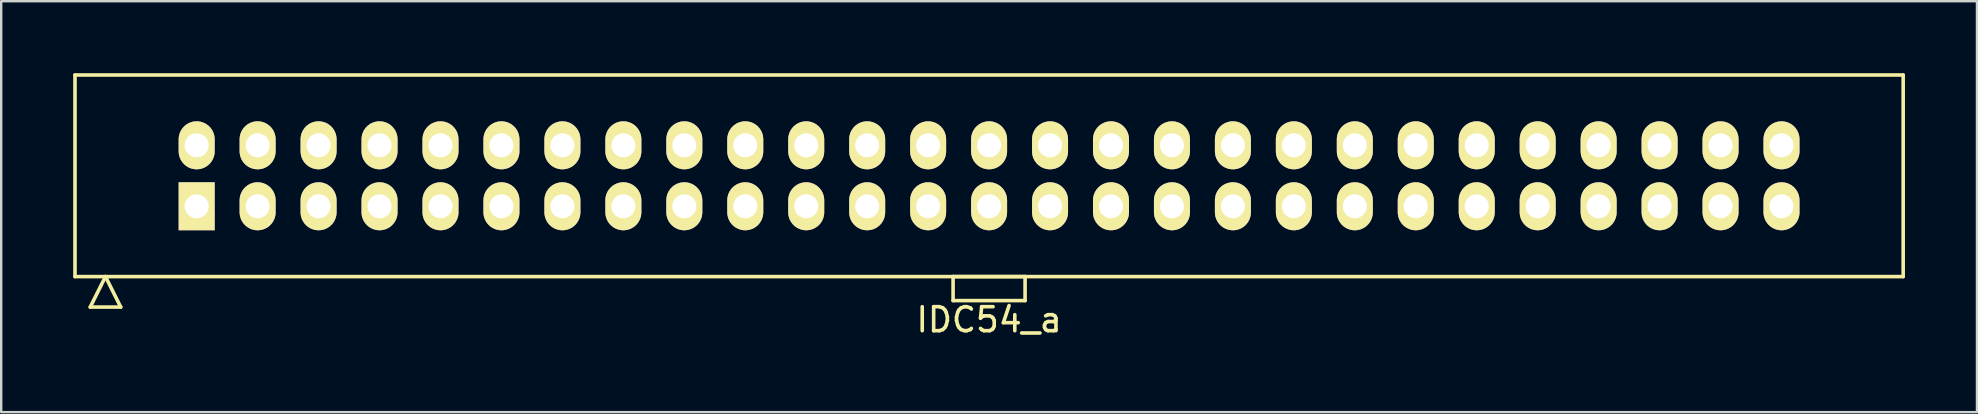
<source format=kicad_pcb>
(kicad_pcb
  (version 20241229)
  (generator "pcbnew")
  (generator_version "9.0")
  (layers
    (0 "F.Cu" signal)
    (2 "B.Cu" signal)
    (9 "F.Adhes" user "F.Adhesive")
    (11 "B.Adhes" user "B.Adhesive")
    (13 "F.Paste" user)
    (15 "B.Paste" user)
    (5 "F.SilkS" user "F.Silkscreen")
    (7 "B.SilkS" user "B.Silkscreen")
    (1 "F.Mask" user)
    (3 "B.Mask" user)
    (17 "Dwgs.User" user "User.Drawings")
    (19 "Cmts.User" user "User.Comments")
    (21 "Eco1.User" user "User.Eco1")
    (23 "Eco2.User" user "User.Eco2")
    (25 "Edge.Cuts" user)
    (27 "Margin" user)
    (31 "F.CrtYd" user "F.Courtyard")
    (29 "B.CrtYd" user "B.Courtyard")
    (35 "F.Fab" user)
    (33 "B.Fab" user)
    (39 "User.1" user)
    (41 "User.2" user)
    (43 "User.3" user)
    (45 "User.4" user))
  (footprint "IDC54_a"
    (layer "F.Cu")
    (at 38.165 4.275)
    (property "Reference" "IDC54_a" (at 0 6 0) (layer "F.SilkS") (effects (font (size 1 1) (thickness 0.15))))
    (attr through_hole)
    (fp_line (start -38.09 -4.2) (end -38.09 4.2) (stroke (width 0.15) (type solid)) (layer "F.SilkS"))
    (fp_line (start -38.09 4.2) (end 38.09 4.2) (stroke (width 0.15) (type solid)) (layer "F.SilkS"))
    (fp_line (start -37.455 5.47) (end -36.82 4.2) (stroke (width 0.15) (type solid)) (layer "F.SilkS"))
    (fp_line (start -37.455 5.47) (end -36.185 5.47) (stroke (width 0.15) (type solid)) (layer "F.SilkS"))
    (fp_line (start -36.185 5.47) (end -36.82 4.2) (stroke (width 0.15) (type solid)) (layer "F.SilkS"))
    (fp_line (start -1.5 4.2) (end -1.5 5.2) (stroke (width 0.15) (type solid)) (layer "F.SilkS"))
    (fp_line (start -1.5 5.2) (end 1.5 5.2) (stroke (width 0.15) (type solid)) (layer "F.SilkS"))
    (fp_line (start 1.5 4.2) (end -1.5 4.2) (stroke (width 0.15) (type solid)) (layer "F.SilkS"))
    (fp_line (start 1.5 5.2) (end 1.5 4.2) (stroke (width 0.15) (type solid)) (layer "F.SilkS"))
    (fp_line (start 38.09 -4.2) (end -38.09 -4.2) (stroke (width 0.15) (type solid)) (layer "F.SilkS"))
    (fp_line (start 38.09 4.2) (end 38.09 -4.2) (stroke (width 0.15) (type solid)) (layer "F.SilkS"))
    (pad "1" thru_hole rect (at -33.02 1.27) (size 1.5 2) (drill 1) (layers "*.Cu" "*.Mask" "F.SilkS"))
    (pad "2" thru_hole oval (at -33.02 -1.27) (size 1.5 2) (drill 1) (layers "*.Cu" "*.Mask" "F.SilkS"))
    (pad "3" thru_hole oval (at -30.48 1.27) (size 1.5 2) (drill 1) (layers "*.Cu" "*.Mask" "F.SilkS"))
    (pad "4" thru_hole oval (at -30.48 -1.27) (size 1.5 2) (drill 1) (layers "*.Cu" "*.Mask" "F.SilkS"))
    (pad "5" thru_hole oval (at -27.94 1.27) (size 1.5 2) (drill 1) (layers "*.Cu" "*.Mask" "F.SilkS"))
    (pad "6" thru_hole oval (at -27.94 -1.27) (size 1.5 2) (drill 1) (layers "*.Cu" "*.Mask" "F.SilkS"))
    (pad "7" thru_hole oval (at -25.4 1.27) (size 1.5 2) (drill 1) (layers "*.Cu" "*.Mask" "F.SilkS"))
    (pad "8" thru_hole oval (at -25.4 -1.27) (size 1.5 2) (drill 1) (layers "*.Cu" "*.Mask" "F.SilkS"))
    (pad "9" thru_hole oval (at -22.86 1.27) (size 1.5 2) (drill 1) (layers "*.Cu" "*.Mask" "F.SilkS"))
    (pad "10" thru_hole oval (at -22.86 -1.27) (size 1.5 2) (drill 1) (layers "*.Cu" "*.Mask" "F.SilkS"))
    (pad "11" thru_hole oval (at -20.32 1.27) (size 1.5 2) (drill 1) (layers "*.Cu" "*.Mask" "F.SilkS"))
    (pad "12" thru_hole oval (at -20.32 -1.27) (size 1.5 2) (drill 1) (layers "*.Cu" "*.Mask" "F.SilkS"))
    (pad "13" thru_hole oval (at -17.78 1.27) (size 1.5 2) (drill 1) (layers "*.Cu" "*.Mask" "F.SilkS"))
    (pad "14" thru_hole oval (at -17.78 -1.27) (size 1.5 2) (drill 1) (layers "*.Cu" "*.Mask" "F.SilkS"))
    (pad "15" thru_hole oval (at -15.24 1.27) (size 1.5 2) (drill 1) (layers "*.Cu" "*.Mask" "F.SilkS"))
    (pad "16" thru_hole oval (at -15.24 -1.27) (size 1.5 2) (drill 1) (layers "*.Cu" "*.Mask" "F.SilkS"))
    (pad "17" thru_hole oval (at -12.7 1.27) (size 1.5 2) (drill 1) (layers "*.Cu" "*.Mask" "F.SilkS"))
    (pad "18" thru_hole oval (at -12.7 -1.27) (size 1.5 2) (drill 1) (layers "*.Cu" "*.Mask" "F.SilkS"))
    (pad "19" thru_hole oval (at -10.16 1.27) (size 1.5 2) (drill 1) (layers "*.Cu" "*.Mask" "F.SilkS"))
    (pad "20" thru_hole oval (at -10.16 -1.27) (size 1.5 2) (drill 1) (layers "*.Cu" "*.Mask" "F.SilkS"))
    (pad "21" thru_hole oval (at -7.62 1.27) (size 1.5 2) (drill 1) (layers "*.Cu" "*.Mask" "F.SilkS"))
    (pad "22" thru_hole oval (at -7.62 -1.27) (size 1.5 2) (drill 1) (layers "*.Cu" "*.Mask" "F.SilkS"))
    (pad "23" thru_hole oval (at -5.08 1.27) (size 1.5 2) (drill 1) (layers "*.Cu" "*.Mask" "F.SilkS"))
    (pad "24" thru_hole oval (at -5.08 -1.27) (size 1.5 2) (drill 1) (layers "*.Cu" "*.Mask" "F.SilkS"))
    (pad "25" thru_hole oval (at -2.54 1.27) (size 1.5 2) (drill 1) (layers "*.Cu" "*.Mask" "F.SilkS"))
    (pad "26" thru_hole oval (at -2.54 -1.27) (size 1.5 2) (drill 1) (layers "*.Cu" "*.Mask" "F.SilkS"))
    (pad "27" thru_hole oval (at 0 1.27) (size 1.5 2) (drill 1) (layers "*.Cu" "*.Mask" "F.SilkS"))
    (pad "28" thru_hole oval (at 0 -1.27) (size 1.5 2) (drill 1) (layers "*.Cu" "*.Mask" "F.SilkS"))
    (pad "29" thru_hole oval (at 2.54 1.27) (size 1.5 2) (drill 1) (layers "*.Cu" "*.Mask" "F.SilkS"))
    (pad "30" thru_hole oval (at 2.54 -1.27) (size 1.5 2) (drill 1) (layers "*.Cu" "*.Mask" "F.SilkS"))
    (pad "31" thru_hole oval (at 5.08 1.27) (size 1.5 2) (drill 1) (layers "*.Cu" "*.Mask" "F.SilkS"))
    (pad "32" thru_hole oval (at 5.08 -1.27) (size 1.5 2) (drill 1) (layers "*.Cu" "*.Mask" "F.SilkS"))
    (pad "33" thru_hole oval (at 7.62 1.27) (size 1.5 2) (drill 1) (layers "*.Cu" "*.Mask" "F.SilkS"))
    (pad "34" thru_hole oval (at 7.62 -1.27) (size 1.5 2) (drill 1) (layers "*.Cu" "*.Mask" "F.SilkS"))
    (pad "35" thru_hole oval (at 10.16 1.27) (size 1.5 2) (drill 1) (layers "*.Cu" "*.Mask" "F.SilkS"))
    (pad "36" thru_hole oval (at 10.16 -1.27) (size 1.5 2) (drill 1) (layers "*.Cu" "*.Mask" "F.SilkS"))
    (pad "37" thru_hole oval (at 12.7 1.27) (size 1.5 2) (drill 1) (layers "*.Cu" "*.Mask" "F.SilkS"))
    (pad "38" thru_hole oval (at 12.7 -1.27) (size 1.5 2) (drill 1) (layers "*.Cu" "*.Mask" "F.SilkS"))
    (pad "39" thru_hole oval (at 15.24 1.27) (size 1.5 2) (drill 1) (layers "*.Cu" "*.Mask" "F.SilkS"))
    (pad "40" thru_hole oval (at 15.24 -1.27) (size 1.5 2) (drill 1) (layers "*.Cu" "*.Mask" "F.SilkS"))
    (pad "41" thru_hole oval (at 17.78 1.27) (size 1.5 2) (drill 1) (layers "*.Cu" "*.Mask" "F.SilkS"))
    (pad "42" thru_hole oval (at 17.78 -1.27) (size 1.5 2) (drill 1) (layers "*.Cu" "*.Mask" "F.SilkS"))
    (pad "43" thru_hole oval (at 20.32 1.27) (size 1.5 2) (drill 1) (layers "*.Cu" "*.Mask" "F.SilkS"))
    (pad "44" thru_hole oval (at 20.32 -1.27) (size 1.5 2) (drill 1) (layers "*.Cu" "*.Mask" "F.SilkS"))
    (pad "45" thru_hole oval (at 22.86 1.27) (size 1.5 2) (drill 1) (layers "*.Cu" "*.Mask" "F.SilkS"))
    (pad "46" thru_hole oval (at 22.86 -1.27) (size 1.5 2) (drill 1) (layers "*.Cu" "*.Mask" "F.SilkS"))
    (pad "47" thru_hole oval (at 25.4 1.27) (size 1.5 2) (drill 1) (layers "*.Cu" "*.Mask" "F.SilkS"))
    (pad "48" thru_hole oval (at 25.4 -1.27) (size 1.5 2) (drill 1) (layers "*.Cu" "*.Mask" "F.SilkS"))
    (pad "49" thru_hole oval (at 27.94 1.27) (size 1.5 2) (drill 1) (layers "*.Cu" "*.Mask" "F.SilkS"))
    (pad "50" thru_hole oval (at 27.94 -1.27) (size 1.5 2) (drill 1) (layers "*.Cu" "*.Mask" "F.SilkS"))
    (pad "51" thru_hole oval (at 30.48 1.27) (size 1.5 2) (drill 1) (layers "*.Cu" "*.Mask" "F.SilkS"))
    (pad "52" thru_hole oval (at 30.48 -1.27) (size 1.5 2) (drill 1) (layers "*.Cu" "*.Mask" "F.SilkS"))
    (pad "53" thru_hole oval (at 33.02 1.27) (size 1.5 2) (drill 1) (layers "*.Cu" "*.Mask" "F.SilkS"))
    (pad "54" thru_hole oval (at 33.02 -1.27) (size 1.5 2) (drill 1) (layers "*.Cu" "*.Mask" "F.SilkS")))
  (gr_rect
    (start -3 -3)
    (end 79.33 14.123)
    (stroke (width 0.1) (type default))
    (fill no)
    (layer "Edge.Cuts")))
</source>
